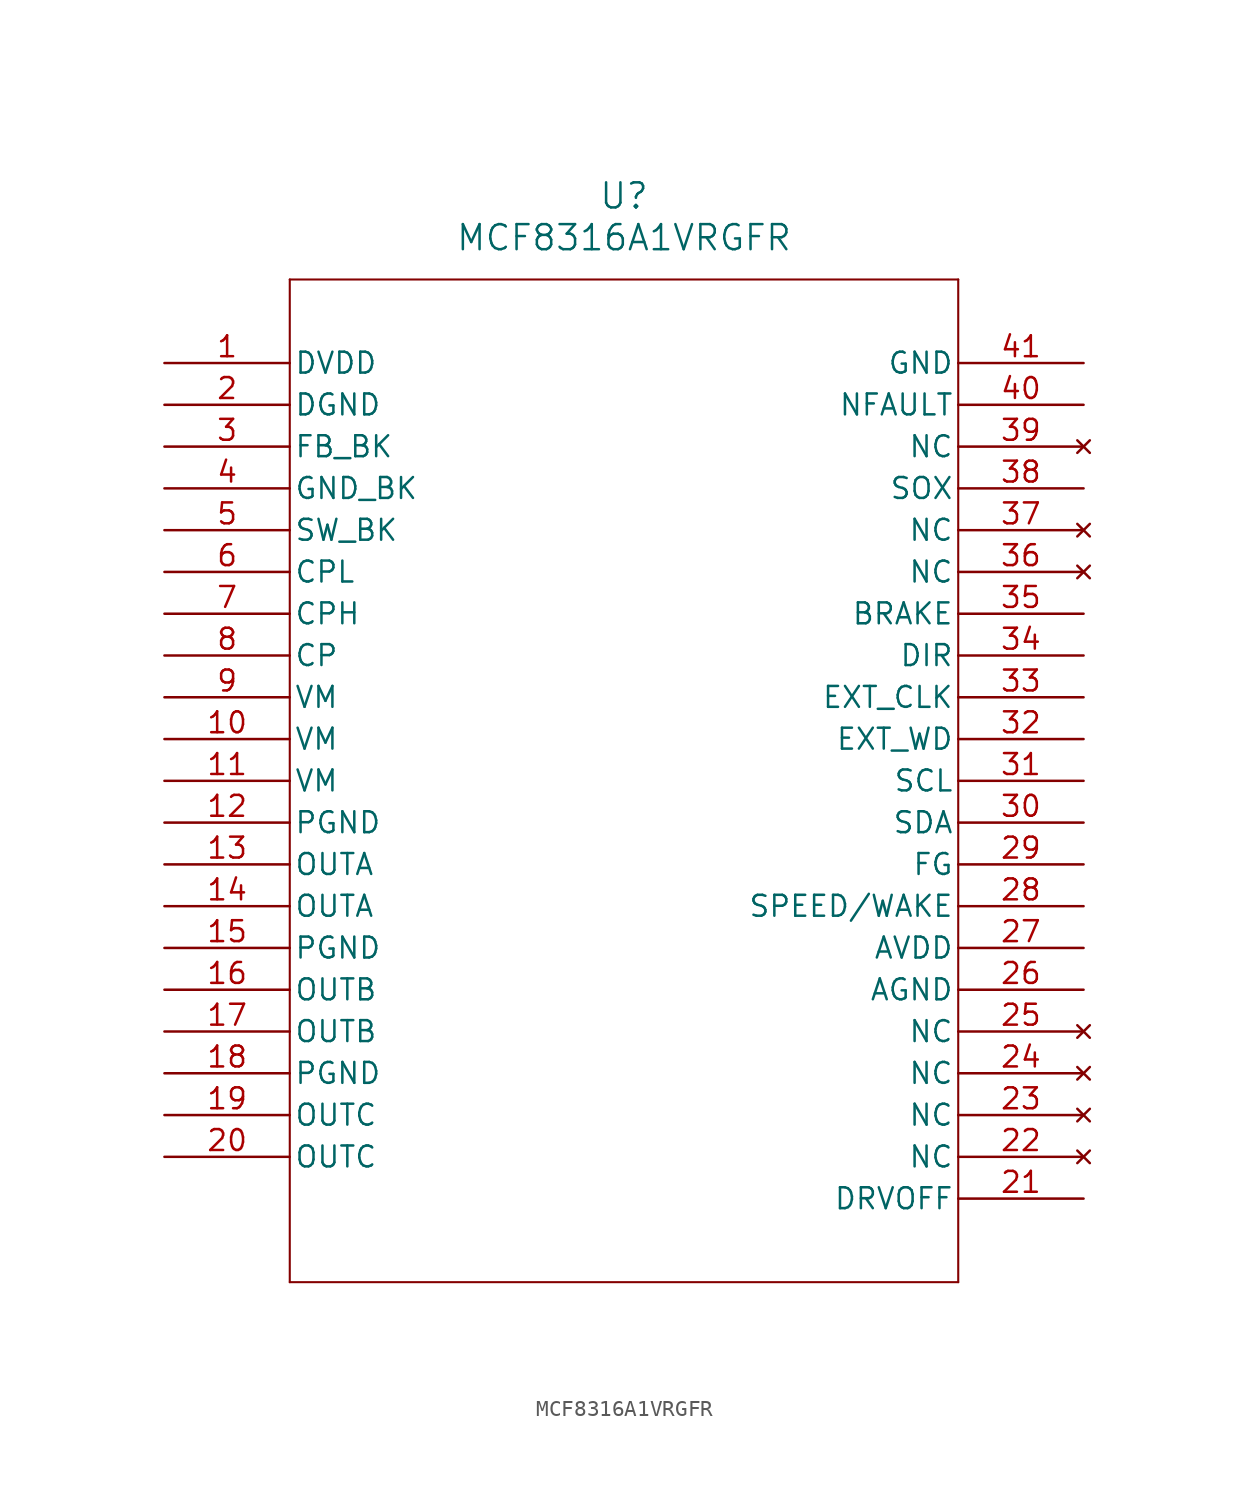
<source format=kicad_sym>
(kicad_symbol_lib
  (version 20211014)
  (generator kicad_symbol_editor)
  (symbol "MCF8316A1VRGFR"
    (pin_names
      (offset 0.254))
    (property "Reference" "U"
      (at 27.94 10.16 0)
      (effects (font (size 1.524 1.524))))
    (property "Value" "MCF8316A1VRGFR"
      (at 27.94 7.62 0)
      (effects (font (size 1.524 1.524))))
    (symbol "MCF8316A1VRGFR_0_1"
      (polyline (pts (xy 7.62 5.08) (xy 7.62 -55.88)) (stroke (width 0.127) (type default) (color 0 0 0 0)) (fill (type none)))
      (polyline (pts (xy 7.62 -55.88) (xy 48.26 -55.88)) (stroke (width 0.127) (type default) (color 0 0 0 0)) (fill (type none)))
      (polyline (pts (xy 48.26 -55.88) (xy 48.26 5.08)) (stroke (width 0.127) (type default) (color 0 0 0 0)) (fill (type none)))
      (polyline (pts (xy 48.26 5.08) (xy 7.62 5.08)) (stroke (width 0.127) (type default) (color 0 0 0 0)) (fill (type none)))
      (pin power_in line (at 0 0 0) (length 7.62) (name "DVDD" (effects (font (size 1.27 1.27)))) (number "1" (effects (font (size 1.27 1.27)))))
      (pin power_out line (at 0 -2.54 0) (length 7.62) (name "DGND" (effects (font (size 1.27 1.27)))) (number "2" (effects (font (size 1.27 1.27)))))
      (pin power_in line (at 0 -5.08 0) (length 7.62) (name "FB_BK" (effects (font (size 1.27 1.27)))) (number "3" (effects (font (size 1.27 1.27)))))
      (pin power_out line (at 0 -7.62 0) (length 7.62) (name "GND_BK" (effects (font (size 1.27 1.27)))) (number "4" (effects (font (size 1.27 1.27)))))
      (pin power_in line (at 0 -10.16 0) (length 7.62) (name "SW_BK" (effects (font (size 1.27 1.27)))) (number "5" (effects (font (size 1.27 1.27)))))
      (pin power_in line (at 0 -12.7 0) (length 7.62) (name "CPL" (effects (font (size 1.27 1.27)))) (number "6" (effects (font (size 1.27 1.27)))))
      (pin power_in line (at 0 -15.24 0) (length 7.62) (name "CPH" (effects (font (size 1.27 1.27)))) (number "7" (effects (font (size 1.27 1.27)))))
      (pin power_in line (at 0 -17.78 0) (length 7.62) (name "CP" (effects (font (size 1.27 1.27)))) (number "8" (effects (font (size 1.27 1.27)))))
      (pin power_in line (at 0 -20.32 0) (length 7.62) (name "VM" (effects (font (size 1.27 1.27)))) (number "9" (effects (font (size 1.27 1.27)))))
      (pin power_in line (at 0 -22.86 0) (length 7.62) (name "VM" (effects (font (size 1.27 1.27)))) (number "10" (effects (font (size 1.27 1.27)))))
      (pin power_in line (at 0 -25.4 0) (length 7.62) (name "VM" (effects (font (size 1.27 1.27)))) (number "11" (effects (font (size 1.27 1.27)))))
      (pin power_out line (at 0 -27.94 0) (length 7.62) (name "PGND" (effects (font (size 1.27 1.27)))) (number "12" (effects (font (size 1.27 1.27)))))
      (pin output line (at 0 -30.48 0) (length 7.62) (name "OUTA" (effects (font (size 1.27 1.27)))) (number "13" (effects (font (size 1.27 1.27)))))
      (pin output line (at 0 -33.02 0) (length 7.62) (name "OUTA" (effects (font (size 1.27 1.27)))) (number "14" (effects (font (size 1.27 1.27)))))
      (pin power_in line (at 0 -35.56 0) (length 7.62) (name "PGND" (effects (font (size 1.27 1.27)))) (number "15" (effects (font (size 1.27 1.27)))))
      (pin output line (at 0 -38.1 0) (length 7.62) (name "OUTB" (effects (font (size 1.27 1.27)))) (number "16" (effects (font (size 1.27 1.27)))))
      (pin output line (at 0 -40.64 0) (length 7.62) (name "OUTB" (effects (font (size 1.27 1.27)))) (number "17" (effects (font (size 1.27 1.27)))))
      (pin power_in line (at 0 -43.18 0) (length 7.62) (name "PGND" (effects (font (size 1.27 1.27)))) (number "18" (effects (font (size 1.27 1.27)))))
      (pin output line (at 0 -45.72 0) (length 7.62) (name "OUTC" (effects (font (size 1.27 1.27)))) (number "19" (effects (font (size 1.27 1.27)))))
      (pin output line (at 0 -48.26 0) (length 7.62) (name "OUTC" (effects (font (size 1.27 1.27)))) (number "20" (effects (font (size 1.27 1.27)))))
      (pin input line (at 55.88 -50.8 180) (length 7.62) (name "DRVOFF" (effects (font (size 1.27 1.27)))) (number "21" (effects (font (size 1.27 1.27)))))
      (pin no_connect line (at 55.88 -48.26 180) (length 7.62) (name "NC" (effects (font (size 1.27 1.27)))) (number "22" (effects (font (size 1.27 1.27)))))
      (pin no_connect line (at 55.88 -45.72 180) (length 7.62) (name "NC" (effects (font (size 1.27 1.27)))) (number "23" (effects (font (size 1.27 1.27)))))
      (pin no_connect line (at 55.88 -43.18 180) (length 7.62) (name "NC" (effects (font (size 1.27 1.27)))) (number "24" (effects (font (size 1.27 1.27)))))
      (pin no_connect line (at 55.88 -40.64 180) (length 7.62) (name "NC" (effects (font (size 1.27 1.27)))) (number "25" (effects (font (size 1.27 1.27)))))
      (pin power_out line (at 55.88 -38.1 180) (length 7.62) (name "AGND" (effects (font (size 1.27 1.27)))) (number "26" (effects (font (size 1.27 1.27)))))
      (pin power_in line (at 55.88 -35.56 180) (length 7.62) (name "AVDD" (effects (font (size 1.27 1.27)))) (number "27" (effects (font (size 1.27 1.27)))))
      (pin input line (at 55.88 -33.02 180) (length 7.62) (name "SPEED/WAKE" (effects (font (size 1.27 1.27)))) (number "28" (effects (font (size 1.27 1.27)))))
      (pin output line (at 55.88 -30.48 180) (length 7.62) (name "FG" (effects (font (size 1.27 1.27)))) (number "29" (effects (font (size 1.27 1.27)))))
      (pin bidirectional line (at 55.88 -27.94 180) (length 7.62) (name "SDA" (effects (font (size 1.27 1.27)))) (number "30" (effects (font (size 1.27 1.27)))))
      (pin input line (at 55.88 -25.4 180) (length 7.62) (name "SCL" (effects (font (size 1.27 1.27)))) (number "31" (effects (font (size 1.27 1.27)))))
      (pin input line (at 55.88 -22.86 180) (length 7.62) (name "EXT_WD" (effects (font (size 1.27 1.27)))) (number "32" (effects (font (size 1.27 1.27)))))
      (pin input line (at 55.88 -20.32 180) (length 7.62) (name "EXT_CLK" (effects (font (size 1.27 1.27)))) (number "33" (effects (font (size 1.27 1.27)))))
      (pin input line (at 55.88 -17.78 180) (length 7.62) (name "DIR" (effects (font (size 1.27 1.27)))) (number "34" (effects (font (size 1.27 1.27)))))
      (pin input line (at 55.88 -15.24 180) (length 7.62) (name "BRAKE" (effects (font (size 1.27 1.27)))) (number "35" (effects (font (size 1.27 1.27)))))
      (pin no_connect line (at 55.88 -12.7 180) (length 7.62) (name "NC" (effects (font (size 1.27 1.27)))) (number "36" (effects (font (size 1.27 1.27)))))
      (pin no_connect line (at 55.88 -10.16 180) (length 7.62) (name "NC" (effects (font (size 1.27 1.27)))) (number "37" (effects (font (size 1.27 1.27)))))
      (pin output line (at 55.88 -7.62 180) (length 7.62) (name "SOX" (effects (font (size 1.27 1.27)))) (number "38" (effects (font (size 1.27 1.27)))))
      (pin no_connect line (at 55.88 -5.08 180) (length 7.62) (name "NC" (effects (font (size 1.27 1.27)))) (number "39" (effects (font (size 1.27 1.27)))))
      (pin output line (at 55.88 -2.54 180) (length 7.62) (name "NFAULT" (effects (font (size 1.27 1.27)))) (number "40" (effects (font (size 1.27 1.27)))))
      (pin power_out line (at 55.88 0 180) (length 7.62) (name "GND" (effects (font (size 1.27 1.27)))) (number "41" (effects (font (size 1.27 1.27))))))))
</source>
